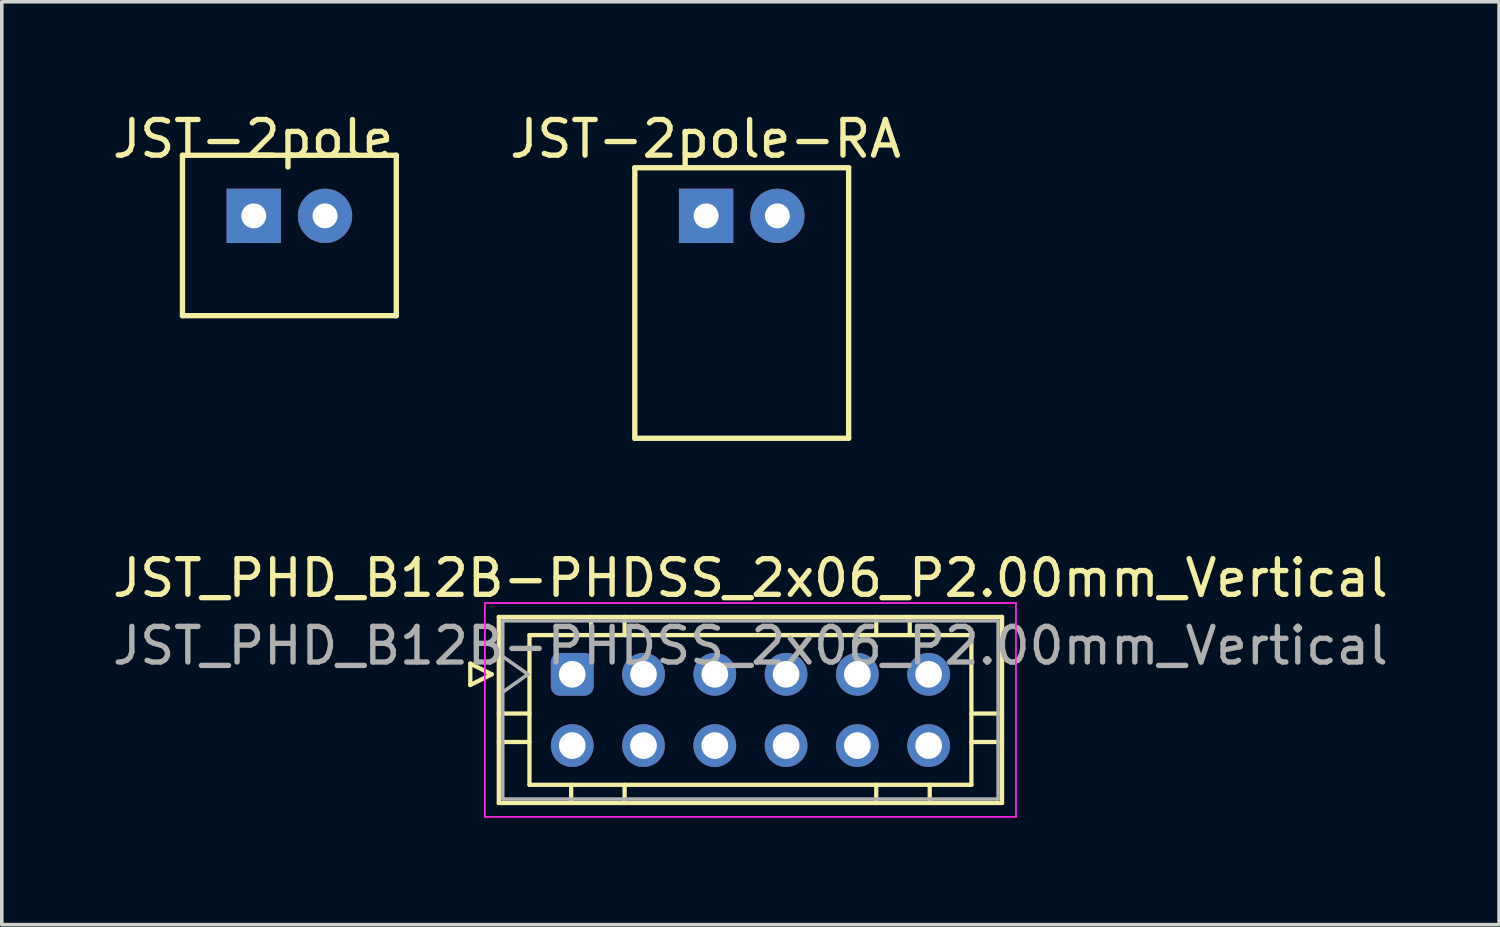
<source format=kicad_pcb>
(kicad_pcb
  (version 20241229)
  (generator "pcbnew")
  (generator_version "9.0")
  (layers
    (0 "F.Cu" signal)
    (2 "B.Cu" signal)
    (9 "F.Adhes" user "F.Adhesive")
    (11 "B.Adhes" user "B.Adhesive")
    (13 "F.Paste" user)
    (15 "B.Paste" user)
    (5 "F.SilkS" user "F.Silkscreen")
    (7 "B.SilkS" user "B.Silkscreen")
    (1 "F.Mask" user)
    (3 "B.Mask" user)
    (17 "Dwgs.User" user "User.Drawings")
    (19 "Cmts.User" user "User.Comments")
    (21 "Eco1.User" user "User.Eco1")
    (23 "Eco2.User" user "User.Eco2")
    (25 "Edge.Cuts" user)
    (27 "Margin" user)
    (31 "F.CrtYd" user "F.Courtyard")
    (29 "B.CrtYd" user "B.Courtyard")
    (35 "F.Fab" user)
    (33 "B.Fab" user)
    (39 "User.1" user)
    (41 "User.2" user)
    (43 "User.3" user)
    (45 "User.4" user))
  (footprint "JST_PHD_B12B-PHDSS_2x06_P2.00mm_Vertical"
    (layer "F.Cu")
    (at 13.006 15.87)
    (property "Reference" "JST_PHD_B12B-PHDSS_2x06_P2.00mm_Vertical" (at 5 -2.7 0) (layer "F.SilkS") (effects (font (size 1 1) (thickness 0.15))))
    (attr through_hole)
    (fp_line (start -2.86 -0.3) (end -2.26 0) (stroke (width 0.12) (type solid)) (layer "F.SilkS"))
    (fp_line (start -2.86 0.3) (end -2.86 -0.3) (stroke (width 0.12) (type solid)) (layer "F.SilkS"))
    (fp_line (start -2.26 0) (end -2.86 0.3) (stroke (width 0.12) (type solid)) (layer "F.SilkS"))
    (fp_line (start -2.06 -1.61) (end -2.06 3.61) (stroke (width 0.12) (type solid)) (layer "F.SilkS"))
    (fp_line (start -2.06 1.1) (end -1.2 1.1) (stroke (width 0.12) (type solid)) (layer "F.SilkS"))
    (fp_line (start -2.06 1.9) (end -1.2 1.9) (stroke (width 0.12) (type solid)) (layer "F.SilkS"))
    (fp_line (start -2.06 3.61) (end 12.06 3.61) (stroke (width 0.12) (type solid)) (layer "F.SilkS"))
    (fp_line (start -1.2 -1.1) (end -1.2 3.1) (stroke (width 0.12) (type solid)) (layer "F.SilkS"))
    (fp_line (start -1.2 3.1) (end 11.2 3.1) (stroke (width 0.12) (type solid)) (layer "F.SilkS"))
    (fp_line (start -0.03 3.61) (end -0.03 3.1) (stroke (width 0.12) (type solid)) (layer "F.SilkS"))
    (fp_line (start 0.53 -1.61) (end 0.53 -1.1) (stroke (width 0.12) (type solid)) (layer "F.SilkS"))
    (fp_line (start 1.47 -1.61) (end 1.47 -1.1) (stroke (width 0.12) (type solid)) (layer "F.SilkS"))
    (fp_line (start 1.47 3.61) (end 1.47 3.1) (stroke (width 0.12) (type solid)) (layer "F.SilkS"))
    (fp_line (start 8.53 -1.61) (end 8.53 -1.1) (stroke (width 0.12) (type solid)) (layer "F.SilkS"))
    (fp_line (start 8.53 3.61) (end 8.53 3.1) (stroke (width 0.12) (type solid)) (layer "F.SilkS"))
    (fp_line (start 9.47 -1.61) (end 9.47 -1.1) (stroke (width 0.12) (type solid)) (layer "F.SilkS"))
    (fp_line (start 10.03 3.61) (end 10.03 3.1) (stroke (width 0.12) (type solid)) (layer "F.SilkS"))
    (fp_line (start 11.2 -1.1) (end -1.2 -1.1) (stroke (width 0.12) (type solid)) (layer "F.SilkS"))
    (fp_line (start 11.2 3.1) (end 11.2 -1.1) (stroke (width 0.12) (type solid)) (layer "F.SilkS"))
    (fp_line (start 12.06 -1.61) (end -2.06 -1.61) (stroke (width 0.12) (type solid)) (layer "F.SilkS"))
    (fp_line (start 12.06 1.1) (end 11.2 1.1) (stroke (width 0.12) (type solid)) (layer "F.SilkS"))
    (fp_line (start 12.06 1.9) (end 11.2 1.9) (stroke (width 0.12) (type solid)) (layer "F.SilkS"))
    (fp_line (start 12.06 3.61) (end 12.06 -1.61) (stroke (width 0.12) (type solid)) (layer "F.SilkS"))
    (fp_line (start -2.45 -2) (end -2.45 4) (stroke (width 0.05) (type solid)) (layer "F.CrtYd"))
    (fp_line (start -2.45 4) (end 12.45 4) (stroke (width 0.05) (type solid)) (layer "F.CrtYd"))
    (fp_line (start 12.45 -2) (end -2.45 -2) (stroke (width 0.05) (type solid)) (layer "F.CrtYd"))
    (fp_line (start 12.45 4) (end 12.45 -2) (stroke (width 0.05) (type solid)) (layer "F.CrtYd"))
    (fp_line (start -1.95 -1.5) (end -1.95 3.5) (stroke (width 0.1) (type solid)) (layer "F.Fab"))
    (fp_line (start -1.95 0.5) (end -1.243 0) (stroke (width 0.1) (type solid)) (layer "F.Fab"))
    (fp_line (start -1.95 3.5) (end 11.95 3.5) (stroke (width 0.1) (type solid)) (layer "F.Fab"))
    (fp_line (start -1.243 0) (end -1.95 -0.5) (stroke (width 0.1) (type solid)) (layer "F.Fab"))
    (fp_line (start 11.95 -1.5) (end -1.95 -1.5) (stroke (width 0.1) (type solid)) (layer "F.Fab"))
    (fp_line (start 11.95 3.5) (end 11.95 -1.5) (stroke (width 0.1) (type solid)) (layer "F.Fab"))
    (fp_text user "${REFERENCE}" (at 5 -0.8 0) (layer "F.Fab") (effects (font (size 1 1) (thickness 0.15))))
    (pad "1" thru_hole roundrect (at 0 0) (size 1.2 1.2) (drill 0.75) (layers "*.Cu" "*.Mask") (roundrect_rratio 0.208))
    (pad "2" thru_hole circle (at 0 2) (size 1.2 1.2) (drill 0.75) (layers "*.Cu" "*.Mask"))
    (pad "3" thru_hole circle (at 2 0) (size 1.2 1.2) (drill 0.75) (layers "*.Cu" "*.Mask"))
    (pad "4" thru_hole circle (at 2 2) (size 1.2 1.2) (drill 0.75) (layers "*.Cu" "*.Mask"))
    (pad "5" thru_hole circle (at 4 0) (size 1.2 1.2) (drill 0.75) (layers "*.Cu" "*.Mask"))
    (pad "6" thru_hole circle (at 4 2) (size 1.2 1.2) (drill 0.75) (layers "*.Cu" "*.Mask"))
    (pad "7" thru_hole circle (at 6 0) (size 1.2 1.2) (drill 0.75) (layers "*.Cu" "*.Mask"))
    (pad "8" thru_hole circle (at 6 2) (size 1.2 1.2) (drill 0.75) (layers "*.Cu" "*.Mask"))
    (pad "9" thru_hole circle (at 8 0) (size 1.2 1.2) (drill 0.75) (layers "*.Cu" "*.Mask"))
    (pad "10" thru_hole circle (at 8 2) (size 1.2 1.2) (drill 0.75) (layers "*.Cu" "*.Mask"))
    (pad "11" thru_hole circle (at 10 0) (size 1.2 1.2) (drill 0.75) (layers "*.Cu" "*.Mask"))
    (pad "12" thru_hole circle (at 10 2) (size 1.2 1.2) (drill 0.75) (layers "*.Cu" "*.Mask")))
  (footprint "JST-2pole"
    (layer "F.Cu")
    (at 5.07 3.007)
    (property "Reference" "JST-2pole" (at -1.016 -2.159 0) (layer "F.SilkS") (effects (font (size 1 1) (thickness 0.15))))
    (attr through_hole)
    (fp_line (start -3 -1.7) (end 3 -1.7) (stroke (width 0.15) (type solid)) (layer "F.SilkS"))
    (fp_line (start -3 2.8) (end -3 -1.7) (stroke (width 0.15) (type solid)) (layer "F.SilkS"))
    (fp_line (start 3 -1.7) (end 3 2.8) (stroke (width 0.15) (type solid)) (layer "F.SilkS"))
    (fp_line (start 3 2.8) (end -3 2.8) (stroke (width 0.15) (type solid)) (layer "F.SilkS"))
    (pad "1" thru_hole rect (at -1 0) (size 1.524 1.524) (drill 0.7) (layers "*.Cu" "*.Mask"))
    (pad "2" thru_hole circle (at 1 0) (size 1.524 1.524) (drill 0.7) (layers "*.Cu" "*.Mask")))
  (footprint "JST-2pole-RA"
    (layer "F.Cu")
    (at 17.762 3.007)
    (property "Reference" "JST-2pole-RA" (at -1.016 -2.159 0) (layer "F.SilkS") (effects (font (size 1 1) (thickness 0.15))))
    (attr through_hole)
    (fp_line (start -3 -1.35) (end 3 -1.35) (stroke (width 0.15) (type solid)) (layer "F.SilkS"))
    (fp_line (start -3 6.24) (end -3 -1.35) (stroke (width 0.15) (type solid)) (layer "F.SilkS"))
    (fp_line (start 3 -1.35) (end 3 6.24) (stroke (width 0.15) (type solid)) (layer "F.SilkS"))
    (fp_line (start 3 6.24) (end -3 6.24) (stroke (width 0.15) (type solid)) (layer "F.SilkS"))
    (pad "1" thru_hole rect (at -1 0) (size 1.524 1.524) (drill 0.7) (layers "*.Cu" "*.Mask"))
    (pad "2" thru_hole circle (at 1 0) (size 1.524 1.524) (drill 0.7) (layers "*.Cu" "*.Mask")))
  (gr_rect
    (start -3 -3)
    (end 39.012 22.895)
    (stroke (width 0.1) (type default))
    (fill no)
    (layer "Edge.Cuts")))
</source>
